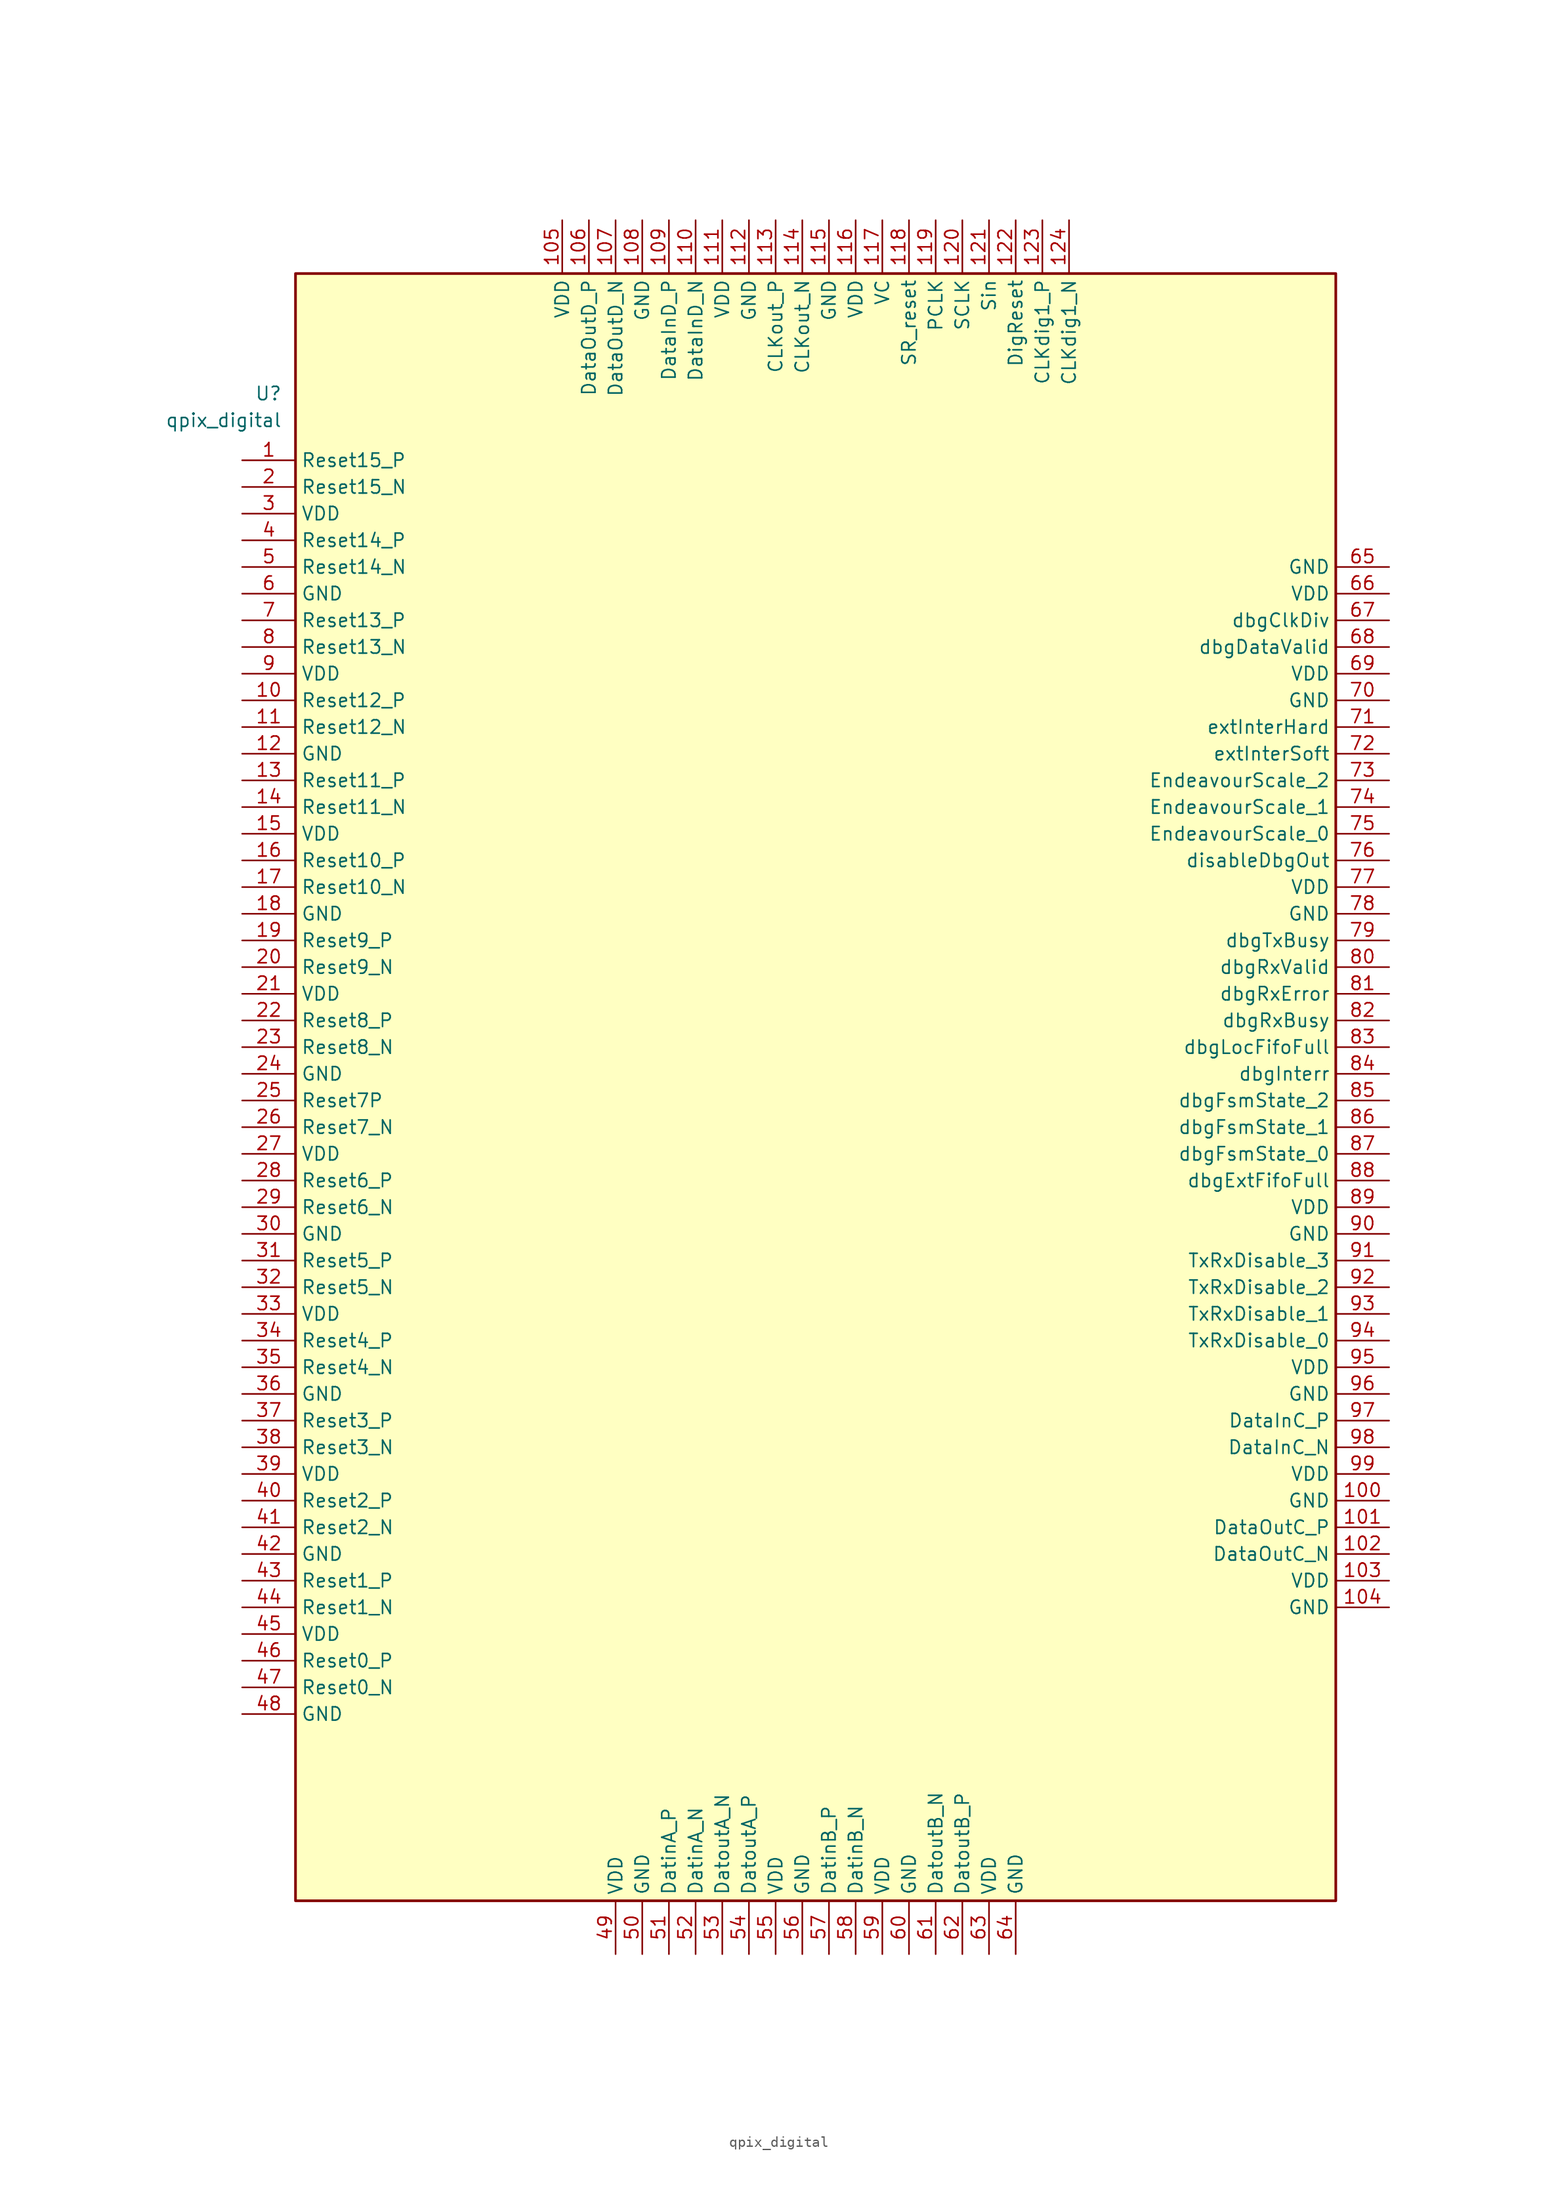
<source format=kicad_sym>
(kicad_symbol_lib
  (version 20211014)
  (generator kicad_symbol_editor)
  (symbol "qpix_digital"
    (property "Reference" "U"
      (at -1.27 -11.43 0)
      (effects (font (size 1.27 1.27)) (justify right)))
    (property "Value" "qpix_digital"
      (at -1.27 -13.97 0)
      (effects (font (size 1.27 1.27)) (justify right)))
    (property "ki_locked" ""
      (at 0 0 0)
      (effects (font (size 1.27 1.27))))
    (symbol "qpix_digital_1_1"
      (rectangle (start 0 0) (end 99.06 -154.94) (stroke (width 0.254) (type default) (color 0 0 0 0)) (fill (type background)))
      (pin input line (at -5.08 -17.78 0) (length 5.08) (name "Reset15_P" (effects (font (size 1.27 1.27)))) (number "1" (effects (font (size 1.27 1.27)))))
      (pin input line (at -5.08 -40.64 0) (length 5.08) (name "Reset12_P" (effects (font (size 1.27 1.27)))) (number "10" (effects (font (size 1.27 1.27)))))
      (pin power_in line (at 104.14 -116.84 180) (length 5.08) (name "GND" (effects (font (size 1.27 1.27)))) (number "100" (effects (font (size 1.27 1.27)))))
      (pin output line (at 104.14 -119.38 180) (length 5.08) (name "DataOutC_P" (effects (font (size 1.27 1.27)))) (number "101" (effects (font (size 1.27 1.27)))))
      (pin output line (at 104.14 -121.92 180) (length 5.08) (name "DataOutC_N" (effects (font (size 1.27 1.27)))) (number "102" (effects (font (size 1.27 1.27)))))
      (pin power_in line (at 104.14 -124.46 180) (length 5.08) (name "VDD" (effects (font (size 1.27 1.27)))) (number "103" (effects (font (size 1.27 1.27)))))
      (pin power_in line (at 104.14 -127 180) (length 5.08) (name "GND" (effects (font (size 1.27 1.27)))) (number "104" (effects (font (size 1.27 1.27)))))
      (pin power_in line (at 25.4 5.08 270) (length 5.08) (name "VDD" (effects (font (size 1.27 1.27)))) (number "105" (effects (font (size 1.27 1.27)))))
      (pin output line (at 27.94 5.08 270) (length 5.08) (name "DataOutD_P" (effects (font (size 1.27 1.27)))) (number "106" (effects (font (size 1.27 1.27)))))
      (pin output line (at 30.48 5.08 270) (length 5.08) (name "DataOutD_N" (effects (font (size 1.27 1.27)))) (number "107" (effects (font (size 1.27 1.27)))))
      (pin power_in line (at 33.02 5.08 270) (length 5.08) (name "GND" (effects (font (size 1.27 1.27)))) (number "108" (effects (font (size 1.27 1.27)))))
      (pin input line (at 35.56 5.08 270) (length 5.08) (name "DataInD_P" (effects (font (size 1.27 1.27)))) (number "109" (effects (font (size 1.27 1.27)))))
      (pin input line (at -5.08 -43.18 0) (length 5.08) (name "Reset12_N" (effects (font (size 1.27 1.27)))) (number "11" (effects (font (size 1.27 1.27)))))
      (pin input line (at 38.1 5.08 270) (length 5.08) (name "DataInD_N" (effects (font (size 1.27 1.27)))) (number "110" (effects (font (size 1.27 1.27)))))
      (pin power_in line (at 40.64 5.08 270) (length 5.08) (name "VDD" (effects (font (size 1.27 1.27)))) (number "111" (effects (font (size 1.27 1.27)))))
      (pin power_in line (at 43.18 5.08 270) (length 5.08) (name "GND" (effects (font (size 1.27 1.27)))) (number "112" (effects (font (size 1.27 1.27)))))
      (pin output line (at 45.72 5.08 270) (length 5.08) (name "CLKout_P" (effects (font (size 1.27 1.27)))) (number "113" (effects (font (size 1.27 1.27)))))
      (pin output line (at 48.26 5.08 270) (length 5.08) (name "CLKout_N" (effects (font (size 1.27 1.27)))) (number "114" (effects (font (size 1.27 1.27)))))
      (pin power_in line (at 50.8 5.08 270) (length 5.08) (name "GND" (effects (font (size 1.27 1.27)))) (number "115" (effects (font (size 1.27 1.27)))))
      (pin power_in line (at 53.34 5.08 270) (length 5.08) (name "VDD" (effects (font (size 1.27 1.27)))) (number "116" (effects (font (size 1.27 1.27)))))
      (pin power_in line (at 55.88 5.08 270) (length 5.08) (name "VC" (effects (font (size 1.27 1.27)))) (number "117" (effects (font (size 1.27 1.27)))))
      (pin input line (at 58.42 5.08 270) (length 5.08) (name "SR_reset" (effects (font (size 1.27 1.27)))) (number "118" (effects (font (size 1.27 1.27)))))
      (pin input line (at 60.96 5.08 270) (length 5.08) (name "PCLK" (effects (font (size 1.27 1.27)))) (number "119" (effects (font (size 1.27 1.27)))))
      (pin power_in line (at -5.08 -45.72 0) (length 5.08) (name "GND" (effects (font (size 1.27 1.27)))) (number "12" (effects (font (size 1.27 1.27)))))
      (pin input line (at 63.5 5.08 270) (length 5.08) (name "SCLK" (effects (font (size 1.27 1.27)))) (number "120" (effects (font (size 1.27 1.27)))))
      (pin input line (at 66.04 5.08 270) (length 5.08) (name "Sin" (effects (font (size 1.27 1.27)))) (number "121" (effects (font (size 1.27 1.27)))))
      (pin input line (at 68.58 5.08 270) (length 5.08) (name "DigReset" (effects (font (size 1.27 1.27)))) (number "122" (effects (font (size 1.27 1.27)))))
      (pin input line (at 71.12 5.08 270) (length 5.08) (name "CLKdig1_P" (effects (font (size 1.27 1.27)))) (number "123" (effects (font (size 1.27 1.27)))))
      (pin input line (at 73.66 5.08 270) (length 5.08) (name "CLKdig1_N" (effects (font (size 1.27 1.27)))) (number "124" (effects (font (size 1.27 1.27)))))
      (pin input line (at -5.08 -48.26 0) (length 5.08) (name "Reset11_P" (effects (font (size 1.27 1.27)))) (number "13" (effects (font (size 1.27 1.27)))))
      (pin input line (at -5.08 -50.8 0) (length 5.08) (name "Reset11_N" (effects (font (size 1.27 1.27)))) (number "14" (effects (font (size 1.27 1.27)))))
      (pin power_in line (at -5.08 -53.34 0) (length 5.08) (name "VDD" (effects (font (size 1.27 1.27)))) (number "15" (effects (font (size 1.27 1.27)))))
      (pin input line (at -5.08 -55.88 0) (length 5.08) (name "Reset10_P" (effects (font (size 1.27 1.27)))) (number "16" (effects (font (size 1.27 1.27)))))
      (pin input line (at -5.08 -58.42 0) (length 5.08) (name "Reset10_N" (effects (font (size 1.27 1.27)))) (number "17" (effects (font (size 1.27 1.27)))))
      (pin power_in line (at -5.08 -60.96 0) (length 5.08) (name "GND" (effects (font (size 1.27 1.27)))) (number "18" (effects (font (size 1.27 1.27)))))
      (pin input line (at -5.08 -63.5 0) (length 5.08) (name "Reset9_P" (effects (font (size 1.27 1.27)))) (number "19" (effects (font (size 1.27 1.27)))))
      (pin input line (at -5.08 -20.32 0) (length 5.08) (name "Reset15_N" (effects (font (size 1.27 1.27)))) (number "2" (effects (font (size 1.27 1.27)))))
      (pin input line (at -5.08 -66.04 0) (length 5.08) (name "Reset9_N" (effects (font (size 1.27 1.27)))) (number "20" (effects (font (size 1.27 1.27)))))
      (pin power_in line (at -5.08 -68.58 0) (length 5.08) (name "VDD" (effects (font (size 1.27 1.27)))) (number "21" (effects (font (size 1.27 1.27)))))
      (pin input line (at -5.08 -71.12 0) (length 5.08) (name "Reset8_P" (effects (font (size 1.27 1.27)))) (number "22" (effects (font (size 1.27 1.27)))))
      (pin input line (at -5.08 -73.66 0) (length 5.08) (name "Reset8_N" (effects (font (size 1.27 1.27)))) (number "23" (effects (font (size 1.27 1.27)))))
      (pin power_in line (at -5.08 -76.2 0) (length 5.08) (name "GND" (effects (font (size 1.27 1.27)))) (number "24" (effects (font (size 1.27 1.27)))))
      (pin input line (at -5.08 -78.74 0) (length 5.08) (name "Reset7P" (effects (font (size 1.27 1.27)))) (number "25" (effects (font (size 1.27 1.27)))))
      (pin input line (at -5.08 -81.28 0) (length 5.08) (name "Reset7_N" (effects (font (size 1.27 1.27)))) (number "26" (effects (font (size 1.27 1.27)))))
      (pin power_in line (at -5.08 -83.82 0) (length 5.08) (name "VDD" (effects (font (size 1.27 1.27)))) (number "27" (effects (font (size 1.27 1.27)))))
      (pin input line (at -5.08 -86.36 0) (length 5.08) (name "Reset6_P" (effects (font (size 1.27 1.27)))) (number "28" (effects (font (size 1.27 1.27)))))
      (pin input line (at -5.08 -88.9 0) (length 5.08) (name "Reset6_N" (effects (font (size 1.27 1.27)))) (number "29" (effects (font (size 1.27 1.27)))))
      (pin power_in line (at -5.08 -22.86 0) (length 5.08) (name "VDD" (effects (font (size 1.27 1.27)))) (number "3" (effects (font (size 1.27 1.27)))))
      (pin power_in line (at -5.08 -91.44 0) (length 5.08) (name "GND" (effects (font (size 1.27 1.27)))) (number "30" (effects (font (size 1.27 1.27)))))
      (pin input line (at -5.08 -93.98 0) (length 5.08) (name "Reset5_P" (effects (font (size 1.27 1.27)))) (number "31" (effects (font (size 1.27 1.27)))))
      (pin input line (at -5.08 -96.52 0) (length 5.08) (name "Reset5_N" (effects (font (size 1.27 1.27)))) (number "32" (effects (font (size 1.27 1.27)))))
      (pin power_in line (at -5.08 -99.06 0) (length 5.08) (name "VDD" (effects (font (size 1.27 1.27)))) (number "33" (effects (font (size 1.27 1.27)))))
      (pin input line (at -5.08 -101.6 0) (length 5.08) (name "Reset4_P" (effects (font (size 1.27 1.27)))) (number "34" (effects (font (size 1.27 1.27)))))
      (pin input line (at -5.08 -104.14 0) (length 5.08) (name "Reset4_N" (effects (font (size 1.27 1.27)))) (number "35" (effects (font (size 1.27 1.27)))))
      (pin power_in line (at -5.08 -106.68 0) (length 5.08) (name "GND" (effects (font (size 1.27 1.27)))) (number "36" (effects (font (size 1.27 1.27)))))
      (pin input line (at -5.08 -109.22 0) (length 5.08) (name "Reset3_P" (effects (font (size 1.27 1.27)))) (number "37" (effects (font (size 1.27 1.27)))))
      (pin input line (at -5.08 -111.76 0) (length 5.08) (name "Reset3_N" (effects (font (size 1.27 1.27)))) (number "38" (effects (font (size 1.27 1.27)))))
      (pin power_in line (at -5.08 -114.3 0) (length 5.08) (name "VDD" (effects (font (size 1.27 1.27)))) (number "39" (effects (font (size 1.27 1.27)))))
      (pin input line (at -5.08 -25.4 0) (length 5.08) (name "Reset14_P" (effects (font (size 1.27 1.27)))) (number "4" (effects (font (size 1.27 1.27)))))
      (pin input line (at -5.08 -116.84 0) (length 5.08) (name "Reset2_P" (effects (font (size 1.27 1.27)))) (number "40" (effects (font (size 1.27 1.27)))))
      (pin input line (at -5.08 -119.38 0) (length 5.08) (name "Reset2_N" (effects (font (size 1.27 1.27)))) (number "41" (effects (font (size 1.27 1.27)))))
      (pin power_in line (at -5.08 -121.92 0) (length 5.08) (name "GND" (effects (font (size 1.27 1.27)))) (number "42" (effects (font (size 1.27 1.27)))))
      (pin input line (at -5.08 -124.46 0) (length 5.08) (name "Reset1_P" (effects (font (size 1.27 1.27)))) (number "43" (effects (font (size 1.27 1.27)))))
      (pin input line (at -5.08 -127 0) (length 5.08) (name "Reset1_N" (effects (font (size 1.27 1.27)))) (number "44" (effects (font (size 1.27 1.27)))))
      (pin power_in line (at -5.08 -129.54 0) (length 5.08) (name "VDD" (effects (font (size 1.27 1.27)))) (number "45" (effects (font (size 1.27 1.27)))))
      (pin input line (at -5.08 -132.08 0) (length 5.08) (name "Reset0_P" (effects (font (size 1.27 1.27)))) (number "46" (effects (font (size 1.27 1.27)))))
      (pin input line (at -5.08 -134.62 0) (length 5.08) (name "Reset0_N" (effects (font (size 1.27 1.27)))) (number "47" (effects (font (size 1.27 1.27)))))
      (pin power_in line (at -5.08 -137.16 0) (length 5.08) (name "GND" (effects (font (size 1.27 1.27)))) (number "48" (effects (font (size 1.27 1.27)))))
      (pin power_in line (at 30.48 -160.02 90) (length 5.08) (name "VDD" (effects (font (size 1.27 1.27)))) (number "49" (effects (font (size 1.27 1.27)))))
      (pin input line (at -5.08 -27.94 0) (length 5.08) (name "Reset14_N" (effects (font (size 1.27 1.27)))) (number "5" (effects (font (size 1.27 1.27)))))
      (pin power_in line (at 33.02 -160.02 90) (length 5.08) (name "GND" (effects (font (size 1.27 1.27)))) (number "50" (effects (font (size 1.27 1.27)))))
      (pin input line (at 35.56 -160.02 90) (length 5.08) (name "DatinA_P" (effects (font (size 1.27 1.27)))) (number "51" (effects (font (size 1.27 1.27)))))
      (pin input line (at 38.1 -160.02 90) (length 5.08) (name "DatinA_N" (effects (font (size 1.27 1.27)))) (number "52" (effects (font (size 1.27 1.27)))))
      (pin input line (at 40.64 -160.02 90) (length 5.08) (name "DatoutA_N" (effects (font (size 1.27 1.27)))) (number "53" (effects (font (size 1.27 1.27)))))
      (pin input line (at 43.18 -160.02 90) (length 5.08) (name "DatoutA_P" (effects (font (size 1.27 1.27)))) (number "54" (effects (font (size 1.27 1.27)))))
      (pin power_in line (at 45.72 -160.02 90) (length 5.08) (name "VDD" (effects (font (size 1.27 1.27)))) (number "55" (effects (font (size 1.27 1.27)))))
      (pin power_in line (at 48.26 -160.02 90) (length 5.08) (name "GND" (effects (font (size 1.27 1.27)))) (number "56" (effects (font (size 1.27 1.27)))))
      (pin input line (at 50.8 -160.02 90) (length 5.08) (name "DatinB_P" (effects (font (size 1.27 1.27)))) (number "57" (effects (font (size 1.27 1.27)))))
      (pin input line (at 53.34 -160.02 90) (length 5.08) (name "DatinB_N" (effects (font (size 1.27 1.27)))) (number "58" (effects (font (size 1.27 1.27)))))
      (pin power_in line (at 55.88 -160.02 90) (length 5.08) (name "VDD" (effects (font (size 1.27 1.27)))) (number "59" (effects (font (size 1.27 1.27)))))
      (pin power_in line (at -5.08 -30.48 0) (length 5.08) (name "GND" (effects (font (size 1.27 1.27)))) (number "6" (effects (font (size 1.27 1.27)))))
      (pin power_in line (at 58.42 -160.02 90) (length 5.08) (name "GND" (effects (font (size 1.27 1.27)))) (number "60" (effects (font (size 1.27 1.27)))))
      (pin input line (at 60.96 -160.02 90) (length 5.08) (name "DatoutB_N" (effects (font (size 1.27 1.27)))) (number "61" (effects (font (size 1.27 1.27)))))
      (pin input line (at 63.5 -160.02 90) (length 5.08) (name "DatoutB_P" (effects (font (size 1.27 1.27)))) (number "62" (effects (font (size 1.27 1.27)))))
      (pin power_in line (at 66.04 -160.02 90) (length 5.08) (name "VDD" (effects (font (size 1.27 1.27)))) (number "63" (effects (font (size 1.27 1.27)))))
      (pin power_in line (at 68.58 -160.02 90) (length 5.08) (name "GND" (effects (font (size 1.27 1.27)))) (number "64" (effects (font (size 1.27 1.27)))))
      (pin power_in line (at 104.14 -27.94 180) (length 5.08) (name "GND" (effects (font (size 1.27 1.27)))) (number "65" (effects (font (size 1.27 1.27)))))
      (pin power_in line (at 104.14 -30.48 180) (length 5.08) (name "VDD" (effects (font (size 1.27 1.27)))) (number "66" (effects (font (size 1.27 1.27)))))
      (pin output line (at 104.14 -33.02 180) (length 5.08) (name "dbgClkDiv" (effects (font (size 1.27 1.27)))) (number "67" (effects (font (size 1.27 1.27)))))
      (pin output line (at 104.14 -35.56 180) (length 5.08) (name "dbgDataValid" (effects (font (size 1.27 1.27)))) (number "68" (effects (font (size 1.27 1.27)))))
      (pin power_in line (at 104.14 -38.1 180) (length 5.08) (name "VDD" (effects (font (size 1.27 1.27)))) (number "69" (effects (font (size 1.27 1.27)))))
      (pin input line (at -5.08 -33.02 0) (length 5.08) (name "Reset13_P" (effects (font (size 1.27 1.27)))) (number "7" (effects (font (size 1.27 1.27)))))
      (pin power_in line (at 104.14 -40.64 180) (length 5.08) (name "GND" (effects (font (size 1.27 1.27)))) (number "70" (effects (font (size 1.27 1.27)))))
      (pin input line (at 104.14 -43.18 180) (length 5.08) (name "extInterHard" (effects (font (size 1.27 1.27)))) (number "71" (effects (font (size 1.27 1.27)))))
      (pin input line (at 104.14 -45.72 180) (length 5.08) (name "extInterSoft" (effects (font (size 1.27 1.27)))) (number "72" (effects (font (size 1.27 1.27)))))
      (pin input line (at 104.14 -48.26 180) (length 5.08) (name "EndeavourScale_2" (effects (font (size 1.27 1.27)))) (number "73" (effects (font (size 1.27 1.27)))))
      (pin input line (at 104.14 -50.8 180) (length 5.08) (name "EndeavourScale_1" (effects (font (size 1.27 1.27)))) (number "74" (effects (font (size 1.27 1.27)))))
      (pin input line (at 104.14 -53.34 180) (length 5.08) (name "EndeavourScale_0" (effects (font (size 1.27 1.27)))) (number "75" (effects (font (size 1.27 1.27)))))
      (pin input line (at 104.14 -55.88 180) (length 5.08) (name "disableDbgOut" (effects (font (size 1.27 1.27)))) (number "76" (effects (font (size 1.27 1.27)))))
      (pin power_in line (at 104.14 -58.42 180) (length 5.08) (name "VDD" (effects (font (size 1.27 1.27)))) (number "77" (effects (font (size 1.27 1.27)))))
      (pin power_in line (at 104.14 -60.96 180) (length 5.08) (name "GND" (effects (font (size 1.27 1.27)))) (number "78" (effects (font (size 1.27 1.27)))))
      (pin output line (at 104.14 -63.5 180) (length 5.08) (name "dbgTxBusy" (effects (font (size 1.27 1.27)))) (number "79" (effects (font (size 1.27 1.27)))))
      (pin input line (at -5.08 -35.56 0) (length 5.08) (name "Reset13_N" (effects (font (size 1.27 1.27)))) (number "8" (effects (font (size 1.27 1.27)))))
      (pin output line (at 104.14 -66.04 180) (length 5.08) (name "dbgRxValid" (effects (font (size 1.27 1.27)))) (number "80" (effects (font (size 1.27 1.27)))))
      (pin output line (at 104.14 -68.58 180) (length 5.08) (name "dbgRxError" (effects (font (size 1.27 1.27)))) (number "81" (effects (font (size 1.27 1.27)))))
      (pin output line (at 104.14 -71.12 180) (length 5.08) (name "dbgRxBusy" (effects (font (size 1.27 1.27)))) (number "82" (effects (font (size 1.27 1.27)))))
      (pin output line (at 104.14 -73.66 180) (length 5.08) (name "dbgLocFifoFull" (effects (font (size 1.27 1.27)))) (number "83" (effects (font (size 1.27 1.27)))))
      (pin output line (at 104.14 -76.2 180) (length 5.08) (name "dbgInterr" (effects (font (size 1.27 1.27)))) (number "84" (effects (font (size 1.27 1.27)))))
      (pin output line (at 104.14 -78.74 180) (length 5.08) (name "dbgFsmState_2" (effects (font (size 1.27 1.27)))) (number "85" (effects (font (size 1.27 1.27)))))
      (pin output line (at 104.14 -81.28 180) (length 5.08) (name "dbgFsmState_1" (effects (font (size 1.27 1.27)))) (number "86" (effects (font (size 1.27 1.27)))))
      (pin output line (at 104.14 -83.82 180) (length 5.08) (name "dbgFsmState_0" (effects (font (size 1.27 1.27)))) (number "87" (effects (font (size 1.27 1.27)))))
      (pin output line (at 104.14 -86.36 180) (length 5.08) (name "dbgExtFifoFull" (effects (font (size 1.27 1.27)))) (number "88" (effects (font (size 1.27 1.27)))))
      (pin power_in line (at 104.14 -88.9 180) (length 5.08) (name "VDD" (effects (font (size 1.27 1.27)))) (number "89" (effects (font (size 1.27 1.27)))))
      (pin power_in line (at -5.08 -38.1 0) (length 5.08) (name "VDD" (effects (font (size 1.27 1.27)))) (number "9" (effects (font (size 1.27 1.27)))))
      (pin power_in line (at 104.14 -91.44 180) (length 5.08) (name "GND" (effects (font (size 1.27 1.27)))) (number "90" (effects (font (size 1.27 1.27)))))
      (pin input line (at 104.14 -93.98 180) (length 5.08) (name "TxRxDisable_3" (effects (font (size 1.27 1.27)))) (number "91" (effects (font (size 1.27 1.27)))))
      (pin input line (at 104.14 -96.52 180) (length 5.08) (name "TxRxDisable_2" (effects (font (size 1.27 1.27)))) (number "92" (effects (font (size 1.27 1.27)))))
      (pin input line (at 104.14 -99.06 180) (length 5.08) (name "TxRxDisable_1" (effects (font (size 1.27 1.27)))) (number "93" (effects (font (size 1.27 1.27)))))
      (pin input line (at 104.14 -101.6 180) (length 5.08) (name "TxRxDisable_0" (effects (font (size 1.27 1.27)))) (number "94" (effects (font (size 1.27 1.27)))))
      (pin power_in line (at 104.14 -104.14 180) (length 5.08) (name "VDD" (effects (font (size 1.27 1.27)))) (number "95" (effects (font (size 1.27 1.27)))))
      (pin power_in line (at 104.14 -106.68 180) (length 5.08) (name "GND" (effects (font (size 1.27 1.27)))) (number "96" (effects (font (size 1.27 1.27)))))
      (pin input line (at 104.14 -109.22 180) (length 5.08) (name "DataInC_P" (effects (font (size 1.27 1.27)))) (number "97" (effects (font (size 1.27 1.27)))))
      (pin input line (at 104.14 -111.76 180) (length 5.08) (name "DataInC_N" (effects (font (size 1.27 1.27)))) (number "98" (effects (font (size 1.27 1.27)))))
      (pin power_in line (at 104.14 -114.3 180) (length 5.08) (name "VDD" (effects (font (size 1.27 1.27)))) (number "99" (effects (font (size 1.27 1.27))))))))
</source>
